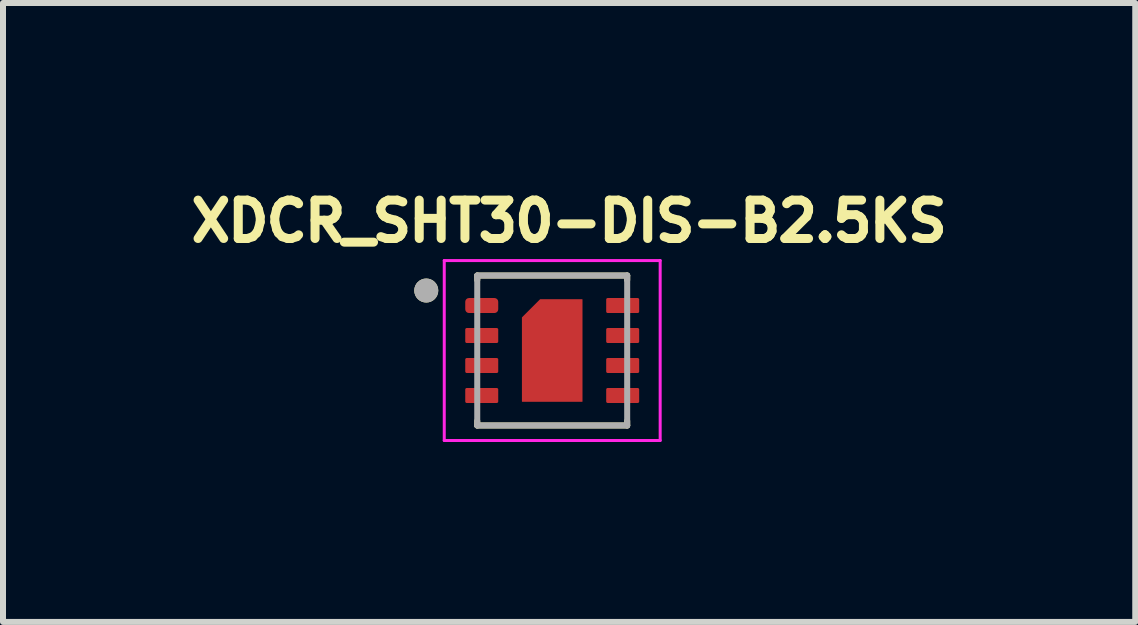
<source format=kicad_pcb>
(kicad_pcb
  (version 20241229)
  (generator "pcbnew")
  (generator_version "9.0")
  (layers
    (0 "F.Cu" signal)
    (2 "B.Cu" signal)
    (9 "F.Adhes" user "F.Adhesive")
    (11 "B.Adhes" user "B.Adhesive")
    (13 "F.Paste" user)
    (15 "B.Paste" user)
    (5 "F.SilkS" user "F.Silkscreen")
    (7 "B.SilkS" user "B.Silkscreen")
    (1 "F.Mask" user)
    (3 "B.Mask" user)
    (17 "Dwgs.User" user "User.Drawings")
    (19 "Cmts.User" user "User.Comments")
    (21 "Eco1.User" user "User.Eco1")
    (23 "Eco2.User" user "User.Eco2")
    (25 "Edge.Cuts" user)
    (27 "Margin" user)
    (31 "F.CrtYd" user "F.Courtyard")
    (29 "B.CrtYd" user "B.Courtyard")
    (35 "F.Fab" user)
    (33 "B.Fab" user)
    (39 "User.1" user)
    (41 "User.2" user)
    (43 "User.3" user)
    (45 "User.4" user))
  (footprint "XDCR_SHT30-DIS-B2.5KS"
    (layer "F.Cu")
    (at 6.157 2.794)
    (property "Reference" "XDCR_SHT30-DIS-B2.5KS" (at 0.282 -2.156 0) (layer "F.SilkS") (effects (font (size 0.64 0.64) (thickness 0.15))))
    (attr smd)
    (fp_poly (pts (xy -0.6 -0.621) (xy -0.6 0.85) (xy -0.6 0.855) (xy -0.599 0.86) (xy -0.599 0.866) (xy -0.598 0.871) (xy -0.597 0.876) (xy -0.595 0.881) (xy -0.593 0.886) (xy -0.591 0.891) (xy -0.589 0.895) (xy -0.587 0.9) (xy -0.584 0.904) (xy -0.581 0.909) (xy -0.578 0.913) (xy -0.574 0.917) (xy -0.571 0.921) (xy -0.567 0.924) (xy -0.563 0.928) (xy -0.559 0.931) (xy -0.554 0.934) (xy -0.55 0.937) (xy -0.545 0.939) (xy -0.541 0.941) (xy -0.536 0.943) (xy -0.531 0.945) (xy -0.526 0.947) (xy -0.521 0.948) (xy -0.516 0.949) (xy -0.51 0.949) (xy -0.505 0.95) (xy -0.5 0.95) (xy 0.5 0.95) (xy 0.505 0.95) (xy 0.51 0.949) (xy 0.516 0.949) (xy 0.521 0.948) (xy 0.526 0.947) (xy 0.531 0.945) (xy 0.536 0.943) (xy 0.541 0.941) (xy 0.545 0.939) (xy 0.55 0.937) (xy 0.554 0.934) (xy 0.559 0.931) (xy 0.563 0.928) (xy 0.567 0.924) (xy 0.571 0.921) (xy 0.574 0.917) (xy 0.578 0.913) (xy 0.581 0.909) (xy 0.584 0.904) (xy 0.587 0.9) (xy 0.589 0.895) (xy 0.591 0.891) (xy 0.593 0.886) (xy 0.595 0.881) (xy 0.597 0.876) (xy 0.598 0.871) (xy 0.599 0.866) (xy 0.599 0.86) (xy 0.6 0.855) (xy 0.6 0.85) (xy 0.6 -0.85) (xy 0.6 -0.855) (xy 0.599 -0.86) (xy 0.599 -0.866) (xy 0.598 -0.871) (xy 0.597 -0.876) (xy 0.595 -0.881) (xy 0.593 -0.886) (xy 0.591 -0.891) (xy 0.589 -0.895) (xy 0.587 -0.9) (xy 0.584 -0.904) (xy 0.581 -0.909) (xy 0.578 -0.913) (xy 0.574 -0.917) (xy 0.571 -0.921) (xy 0.567 -0.924) (xy 0.563 -0.928) (xy 0.559 -0.931) (xy 0.554 -0.934) (xy 0.55 -0.937) (xy 0.545 -0.939) (xy 0.541 -0.941) (xy 0.536 -0.943) (xy 0.531 -0.945) (xy 0.526 -0.947) (xy 0.521 -0.948) (xy 0.516 -0.949) (xy 0.51 -0.949) (xy 0.505 -0.95) (xy 0.5 -0.95) (xy -0.271 -0.95) (xy -0.6 -0.621) (xy -0.6 -0.621)) (stroke (width 0.01) (type solid)) (fill yes) (layer "F.Mask"))
    (fp_poly (pts (xy -1.5 -0.825) (xy -1.5 -0.675) (xy -1.5 -0.67) (xy -1.499 -0.665) (xy -1.499 -0.659) (xy -1.498 -0.654) (xy -1.497 -0.649) (xy -1.495 -0.644) (xy -1.493 -0.639) (xy -1.491 -0.634) (xy -1.489 -0.63) (xy -1.487 -0.625) (xy -1.484 -0.621) (xy -1.481 -0.616) (xy -1.478 -0.612) (xy -1.474 -0.608) (xy -1.471 -0.604) (xy -1.467 -0.601) (xy -1.463 -0.597) (xy -1.459 -0.594) (xy -1.454 -0.591) (xy -1.45 -0.588) (xy -1.445 -0.586) (xy -1.441 -0.584) (xy -1.436 -0.582) (xy -1.431 -0.58) (xy -1.426 -0.578) (xy -1.421 -0.577) (xy -1.416 -0.576) (xy -1.41 -0.576) (xy -1.405 -0.575) (xy -1.4 -0.575) (xy -0.95 -0.575) (xy -0.945 -0.575) (xy -0.94 -0.576) (xy -0.934 -0.576) (xy -0.929 -0.577) (xy -0.924 -0.578) (xy -0.919 -0.58) (xy -0.914 -0.582) (xy -0.909 -0.584) (xy -0.905 -0.586) (xy -0.9 -0.588) (xy -0.896 -0.591) (xy -0.891 -0.594) (xy -0.887 -0.597) (xy -0.883 -0.601) (xy -0.879 -0.604) (xy -0.876 -0.608) (xy -0.872 -0.612) (xy -0.869 -0.616) (xy -0.866 -0.621) (xy -0.863 -0.625) (xy -0.861 -0.63) (xy -0.859 -0.634) (xy -0.857 -0.639) (xy -0.855 -0.644) (xy -0.853 -0.649) (xy -0.852 -0.654) (xy -0.851 -0.659) (xy -0.851 -0.665) (xy -0.85 -0.67) (xy -0.85 -0.675) (xy -0.85 -0.825) (xy -0.85 -0.83) (xy -0.851 -0.835) (xy -0.851 -0.841) (xy -0.852 -0.846) (xy -0.853 -0.851) (xy -0.855 -0.856) (xy -0.857 -0.861) (xy -0.859 -0.866) (xy -0.861 -0.87) (xy -0.863 -0.875) (xy -0.866 -0.879) (xy -0.869 -0.884) (xy -0.872 -0.888) (xy -0.876 -0.892) (xy -0.879 -0.896) (xy -0.883 -0.899) (xy -0.887 -0.903) (xy -0.891 -0.906) (xy -0.896 -0.909) (xy -0.9 -0.912) (xy -0.905 -0.914) (xy -0.909 -0.916) (xy -0.914 -0.918) (xy -0.919 -0.92) (xy -0.924 -0.922) (xy -0.929 -0.923) (xy -0.934 -0.924) (xy -0.94 -0.924) (xy -0.945 -0.925) (xy -0.95 -0.925) (xy -1.4 -0.925) (xy -1.405 -0.925) (xy -1.41 -0.924) (xy -1.416 -0.924) (xy -1.421 -0.923) (xy -1.426 -0.922) (xy -1.431 -0.92) (xy -1.436 -0.918) (xy -1.441 -0.916) (xy -1.445 -0.914) (xy -1.45 -0.912) (xy -1.454 -0.909) (xy -1.459 -0.906) (xy -1.463 -0.903) (xy -1.467 -0.899) (xy -1.471 -0.896) (xy -1.474 -0.892) (xy -1.478 -0.888) (xy -1.481 -0.884) (xy -1.484 -0.879) (xy -1.487 -0.875) (xy -1.489 -0.87) (xy -1.491 -0.866) (xy -1.493 -0.861) (xy -1.495 -0.856) (xy -1.497 -0.851) (xy -1.498 -0.846) (xy -1.499 -0.841) (xy -1.499 -0.835) (xy -1.5 -0.83) (xy -1.5 -0.825)) (stroke (width 0.01) (type solid)) (fill yes) (layer "F.Mask"))
    (fp_poly (pts (xy -1.5 -0.375) (xy -1.5 -0.125) (xy -1.5 -0.122) (xy -1.5 -0.12) (xy -1.499 -0.117) (xy -1.499 -0.115) (xy -1.498 -0.112) (xy -1.498 -0.11) (xy -1.497 -0.107) (xy -1.496 -0.105) (xy -1.495 -0.102) (xy -1.493 -0.1) (xy -1.492 -0.098) (xy -1.49 -0.096) (xy -1.489 -0.094) (xy -1.487 -0.092) (xy -1.485 -0.09) (xy -1.483 -0.088) (xy -1.481 -0.086) (xy -1.479 -0.085) (xy -1.477 -0.083) (xy -1.475 -0.082) (xy -1.473 -0.08) (xy -1.47 -0.079) (xy -1.468 -0.078) (xy -1.465 -0.077) (xy -1.463 -0.077) (xy -1.46 -0.076) (xy -1.458 -0.076) (xy -1.455 -0.075) (xy -1.453 -0.075) (xy -1.45 -0.075) (xy -0.9 -0.075) (xy -0.897 -0.075) (xy -0.895 -0.075) (xy -0.892 -0.076) (xy -0.89 -0.076) (xy -0.887 -0.077) (xy -0.885 -0.077) (xy -0.882 -0.078) (xy -0.88 -0.079) (xy -0.877 -0.08) (xy -0.875 -0.082) (xy -0.873 -0.083) (xy -0.871 -0.085) (xy -0.869 -0.086) (xy -0.867 -0.088) (xy -0.865 -0.09) (xy -0.863 -0.092) (xy -0.861 -0.094) (xy -0.86 -0.096) (xy -0.858 -0.098) (xy -0.857 -0.1) (xy -0.855 -0.102) (xy -0.854 -0.105) (xy -0.853 -0.107) (xy -0.852 -0.11) (xy -0.852 -0.112) (xy -0.851 -0.115) (xy -0.851 -0.117) (xy -0.85 -0.12) (xy -0.85 -0.122) (xy -0.85 -0.125) (xy -0.85 -0.375) (xy -0.85 -0.378) (xy -0.85 -0.38) (xy -0.851 -0.383) (xy -0.851 -0.385) (xy -0.852 -0.388) (xy -0.852 -0.39) (xy -0.853 -0.393) (xy -0.854 -0.395) (xy -0.855 -0.398) (xy -0.857 -0.4) (xy -0.858 -0.402) (xy -0.86 -0.404) (xy -0.861 -0.406) (xy -0.863 -0.408) (xy -0.865 -0.41) (xy -0.867 -0.412) (xy -0.869 -0.414) (xy -0.871 -0.415) (xy -0.873 -0.417) (xy -0.875 -0.418) (xy -0.877 -0.42) (xy -0.88 -0.421) (xy -0.882 -0.422) (xy -0.885 -0.423) (xy -0.887 -0.423) (xy -0.89 -0.424) (xy -0.892 -0.424) (xy -0.895 -0.425) (xy -0.897 -0.425) (xy -0.9 -0.425) (xy -1.45 -0.425) (xy -1.453 -0.425) (xy -1.455 -0.425) (xy -1.458 -0.424) (xy -1.46 -0.424) (xy -1.463 -0.423) (xy -1.465 -0.423) (xy -1.468 -0.422) (xy -1.47 -0.421) (xy -1.473 -0.42) (xy -1.475 -0.418) (xy -1.477 -0.417) (xy -1.479 -0.415) (xy -1.481 -0.414) (xy -1.483 -0.412) (xy -1.485 -0.41) (xy -1.487 -0.408) (xy -1.489 -0.406) (xy -1.49 -0.404) (xy -1.492 -0.402) (xy -1.493 -0.4) (xy -1.495 -0.398) (xy -1.496 -0.395) (xy -1.497 -0.393) (xy -1.498 -0.39) (xy -1.498 -0.388) (xy -1.499 -0.385) (xy -1.499 -0.383) (xy -1.5 -0.38) (xy -1.5 -0.378) (xy -1.5 -0.375)) (stroke (width 0.01) (type solid)) (fill yes) (layer "F.Mask"))
    (fp_poly (pts (xy -1.5 0.125) (xy -1.5 0.375) (xy -1.5 0.378) (xy -1.5 0.38) (xy -1.499 0.383) (xy -1.499 0.385) (xy -1.498 0.388) (xy -1.498 0.39) (xy -1.497 0.393) (xy -1.496 0.395) (xy -1.495 0.398) (xy -1.493 0.4) (xy -1.492 0.402) (xy -1.49 0.404) (xy -1.489 0.406) (xy -1.487 0.408) (xy -1.485 0.41) (xy -1.483 0.412) (xy -1.481 0.414) (xy -1.479 0.415) (xy -1.477 0.417) (xy -1.475 0.418) (xy -1.473 0.42) (xy -1.47 0.421) (xy -1.468 0.422) (xy -1.465 0.423) (xy -1.463 0.423) (xy -1.46 0.424) (xy -1.458 0.424) (xy -1.455 0.425) (xy -1.453 0.425) (xy -1.45 0.425) (xy -0.9 0.425) (xy -0.897 0.425) (xy -0.895 0.425) (xy -0.892 0.424) (xy -0.89 0.424) (xy -0.887 0.423) (xy -0.885 0.423) (xy -0.882 0.422) (xy -0.88 0.421) (xy -0.877 0.42) (xy -0.875 0.418) (xy -0.873 0.417) (xy -0.871 0.415) (xy -0.869 0.414) (xy -0.867 0.412) (xy -0.865 0.41) (xy -0.863 0.408) (xy -0.861 0.406) (xy -0.86 0.404) (xy -0.858 0.402) (xy -0.857 0.4) (xy -0.855 0.398) (xy -0.854 0.395) (xy -0.853 0.393) (xy -0.852 0.39) (xy -0.852 0.388) (xy -0.851 0.385) (xy -0.851 0.383) (xy -0.85 0.38) (xy -0.85 0.378) (xy -0.85 0.375) (xy -0.85 0.125) (xy -0.85 0.122) (xy -0.85 0.12) (xy -0.851 0.117) (xy -0.851 0.115) (xy -0.852 0.112) (xy -0.852 0.11) (xy -0.853 0.107) (xy -0.854 0.105) (xy -0.855 0.102) (xy -0.857 0.1) (xy -0.858 0.098) (xy -0.86 0.096) (xy -0.861 0.094) (xy -0.863 0.092) (xy -0.865 0.09) (xy -0.867 0.088) (xy -0.869 0.086) (xy -0.871 0.085) (xy -0.873 0.083) (xy -0.875 0.082) (xy -0.877 0.08) (xy -0.88 0.079) (xy -0.882 0.078) (xy -0.885 0.077) (xy -0.887 0.077) (xy -0.89 0.076) (xy -0.892 0.076) (xy -0.895 0.075) (xy -0.897 0.075) (xy -0.9 0.075) (xy -1.45 0.075) (xy -1.453 0.075) (xy -1.455 0.075) (xy -1.458 0.076) (xy -1.46 0.076) (xy -1.463 0.077) (xy -1.465 0.077) (xy -1.468 0.078) (xy -1.47 0.079) (xy -1.473 0.08) (xy -1.475 0.082) (xy -1.477 0.083) (xy -1.479 0.085) (xy -1.481 0.086) (xy -1.483 0.088) (xy -1.485 0.09) (xy -1.487 0.092) (xy -1.489 0.094) (xy -1.49 0.096) (xy -1.492 0.098) (xy -1.493 0.1) (xy -1.495 0.102) (xy -1.496 0.105) (xy -1.497 0.107) (xy -1.498 0.11) (xy -1.498 0.112) (xy -1.499 0.115) (xy -1.499 0.117) (xy -1.5 0.12) (xy -1.5 0.122) (xy -1.5 0.125)) (stroke (width 0.01) (type solid)) (fill yes) (layer "F.Mask"))
    (fp_poly (pts (xy -1.5 0.625) (xy -1.5 0.875) (xy -1.5 0.878) (xy -1.5 0.88) (xy -1.499 0.883) (xy -1.499 0.885) (xy -1.498 0.888) (xy -1.498 0.89) (xy -1.497 0.893) (xy -1.496 0.895) (xy -1.495 0.898) (xy -1.493 0.9) (xy -1.492 0.902) (xy -1.49 0.904) (xy -1.489 0.906) (xy -1.487 0.908) (xy -1.485 0.91) (xy -1.483 0.912) (xy -1.481 0.914) (xy -1.479 0.915) (xy -1.477 0.917) (xy -1.475 0.918) (xy -1.473 0.92) (xy -1.47 0.921) (xy -1.468 0.922) (xy -1.465 0.923) (xy -1.463 0.923) (xy -1.46 0.924) (xy -1.458 0.924) (xy -1.455 0.925) (xy -1.453 0.925) (xy -1.45 0.925) (xy -0.9 0.925) (xy -0.897 0.925) (xy -0.895 0.925) (xy -0.892 0.924) (xy -0.89 0.924) (xy -0.887 0.923) (xy -0.885 0.923) (xy -0.882 0.922) (xy -0.88 0.921) (xy -0.877 0.92) (xy -0.875 0.918) (xy -0.873 0.917) (xy -0.871 0.915) (xy -0.869 0.914) (xy -0.867 0.912) (xy -0.865 0.91) (xy -0.863 0.908) (xy -0.861 0.906) (xy -0.86 0.904) (xy -0.858 0.902) (xy -0.857 0.9) (xy -0.855 0.898) (xy -0.854 0.895) (xy -0.853 0.893) (xy -0.852 0.89) (xy -0.852 0.888) (xy -0.851 0.885) (xy -0.851 0.883) (xy -0.85 0.88) (xy -0.85 0.878) (xy -0.85 0.875) (xy -0.85 0.625) (xy -0.85 0.622) (xy -0.85 0.62) (xy -0.851 0.617) (xy -0.851 0.615) (xy -0.852 0.612) (xy -0.852 0.61) (xy -0.853 0.607) (xy -0.854 0.605) (xy -0.855 0.602) (xy -0.857 0.6) (xy -0.858 0.598) (xy -0.86 0.596) (xy -0.861 0.594) (xy -0.863 0.592) (xy -0.865 0.59) (xy -0.867 0.588) (xy -0.869 0.586) (xy -0.871 0.585) (xy -0.873 0.583) (xy -0.875 0.582) (xy -0.877 0.58) (xy -0.88 0.579) (xy -0.882 0.578) (xy -0.885 0.577) (xy -0.887 0.577) (xy -0.89 0.576) (xy -0.892 0.576) (xy -0.895 0.575) (xy -0.897 0.575) (xy -0.9 0.575) (xy -1.45 0.575) (xy -1.453 0.575) (xy -1.455 0.575) (xy -1.458 0.576) (xy -1.46 0.576) (xy -1.463 0.577) (xy -1.465 0.577) (xy -1.468 0.578) (xy -1.47 0.579) (xy -1.473 0.58) (xy -1.475 0.582) (xy -1.477 0.583) (xy -1.479 0.585) (xy -1.481 0.586) (xy -1.483 0.588) (xy -1.485 0.59) (xy -1.487 0.592) (xy -1.489 0.594) (xy -1.49 0.596) (xy -1.492 0.598) (xy -1.493 0.6) (xy -1.495 0.602) (xy -1.496 0.605) (xy -1.497 0.607) (xy -1.498 0.61) (xy -1.498 0.612) (xy -1.499 0.615) (xy -1.499 0.617) (xy -1.5 0.62) (xy -1.5 0.622) (xy -1.5 0.625)) (stroke (width 0.01) (type solid)) (fill yes) (layer "F.Mask"))
    (fp_poly (pts (xy 1.5 -0.875) (xy 1.5 -0.625) (xy 1.5 -0.622) (xy 1.5 -0.62) (xy 1.499 -0.617) (xy 1.499 -0.615) (xy 1.498 -0.612) (xy 1.498 -0.61) (xy 1.497 -0.607) (xy 1.496 -0.605) (xy 1.495 -0.602) (xy 1.493 -0.6) (xy 1.492 -0.598) (xy 1.49 -0.596) (xy 1.489 -0.594) (xy 1.487 -0.592) (xy 1.485 -0.59) (xy 1.483 -0.588) (xy 1.481 -0.586) (xy 1.479 -0.585) (xy 1.477 -0.583) (xy 1.475 -0.582) (xy 1.473 -0.58) (xy 1.47 -0.579) (xy 1.468 -0.578) (xy 1.465 -0.577) (xy 1.463 -0.577) (xy 1.46 -0.576) (xy 1.458 -0.576) (xy 1.455 -0.575) (xy 1.453 -0.575) (xy 1.45 -0.575) (xy 0.9 -0.575) (xy 0.897 -0.575) (xy 0.895 -0.575) (xy 0.892 -0.576) (xy 0.89 -0.576) (xy 0.887 -0.577) (xy 0.885 -0.577) (xy 0.882 -0.578) (xy 0.88 -0.579) (xy 0.877 -0.58) (xy 0.875 -0.582) (xy 0.873 -0.583) (xy 0.871 -0.585) (xy 0.869 -0.586) (xy 0.867 -0.588) (xy 0.865 -0.59) (xy 0.863 -0.592) (xy 0.861 -0.594) (xy 0.86 -0.596) (xy 0.858 -0.598) (xy 0.857 -0.6) (xy 0.855 -0.602) (xy 0.854 -0.605) (xy 0.853 -0.607) (xy 0.852 -0.61) (xy 0.852 -0.612) (xy 0.851 -0.615) (xy 0.851 -0.617) (xy 0.85 -0.62) (xy 0.85 -0.622) (xy 0.85 -0.625) (xy 0.85 -0.875) (xy 0.85 -0.878) (xy 0.85 -0.88) (xy 0.851 -0.883) (xy 0.851 -0.885) (xy 0.852 -0.888) (xy 0.852 -0.89) (xy 0.853 -0.893) (xy 0.854 -0.895) (xy 0.855 -0.898) (xy 0.857 -0.9) (xy 0.858 -0.902) (xy 0.86 -0.904) (xy 0.861 -0.906) (xy 0.863 -0.908) (xy 0.865 -0.91) (xy 0.867 -0.912) (xy 0.869 -0.914) (xy 0.871 -0.915) (xy 0.873 -0.917) (xy 0.875 -0.918) (xy 0.877 -0.92) (xy 0.88 -0.921) (xy 0.882 -0.922) (xy 0.885 -0.923) (xy 0.887 -0.923) (xy 0.89 -0.924) (xy 0.892 -0.924) (xy 0.895 -0.925) (xy 0.897 -0.925) (xy 0.9 -0.925) (xy 1.45 -0.925) (xy 1.453 -0.925) (xy 1.455 -0.925) (xy 1.458 -0.924) (xy 1.46 -0.924) (xy 1.463 -0.923) (xy 1.465 -0.923) (xy 1.468 -0.922) (xy 1.47 -0.921) (xy 1.473 -0.92) (xy 1.475 -0.918) (xy 1.477 -0.917) (xy 1.479 -0.915) (xy 1.481 -0.914) (xy 1.483 -0.912) (xy 1.485 -0.91) (xy 1.487 -0.908) (xy 1.489 -0.906) (xy 1.49 -0.904) (xy 1.492 -0.902) (xy 1.493 -0.9) (xy 1.495 -0.898) (xy 1.496 -0.895) (xy 1.497 -0.893) (xy 1.498 -0.89) (xy 1.498 -0.888) (xy 1.499 -0.885) (xy 1.499 -0.883) (xy 1.5 -0.88) (xy 1.5 -0.878) (xy 1.5 -0.875)) (stroke (width 0.01) (type solid)) (fill yes) (layer "F.Mask"))
    (fp_poly (pts (xy 1.5 -0.375) (xy 1.5 -0.125) (xy 1.5 -0.122) (xy 1.5 -0.12) (xy 1.499 -0.117) (xy 1.499 -0.115) (xy 1.498 -0.112) (xy 1.498 -0.11) (xy 1.497 -0.107) (xy 1.496 -0.105) (xy 1.495 -0.102) (xy 1.493 -0.1) (xy 1.492 -0.098) (xy 1.49 -0.096) (xy 1.489 -0.094) (xy 1.487 -0.092) (xy 1.485 -0.09) (xy 1.483 -0.088) (xy 1.481 -0.086) (xy 1.479 -0.085) (xy 1.477 -0.083) (xy 1.475 -0.082) (xy 1.473 -0.08) (xy 1.47 -0.079) (xy 1.468 -0.078) (xy 1.465 -0.077) (xy 1.463 -0.077) (xy 1.46 -0.076) (xy 1.458 -0.076) (xy 1.455 -0.075) (xy 1.453 -0.075) (xy 1.45 -0.075) (xy 0.9 -0.075) (xy 0.897 -0.075) (xy 0.895 -0.075) (xy 0.892 -0.076) (xy 0.89 -0.076) (xy 0.887 -0.077) (xy 0.885 -0.077) (xy 0.882 -0.078) (xy 0.88 -0.079) (xy 0.877 -0.08) (xy 0.875 -0.082) (xy 0.873 -0.083) (xy 0.871 -0.085) (xy 0.869 -0.086) (xy 0.867 -0.088) (xy 0.865 -0.09) (xy 0.863 -0.092) (xy 0.861 -0.094) (xy 0.86 -0.096) (xy 0.858 -0.098) (xy 0.857 -0.1) (xy 0.855 -0.102) (xy 0.854 -0.105) (xy 0.853 -0.107) (xy 0.852 -0.11) (xy 0.852 -0.112) (xy 0.851 -0.115) (xy 0.851 -0.117) (xy 0.85 -0.12) (xy 0.85 -0.122) (xy 0.85 -0.125) (xy 0.85 -0.375) (xy 0.85 -0.378) (xy 0.85 -0.38) (xy 0.851 -0.383) (xy 0.851 -0.385) (xy 0.852 -0.388) (xy 0.852 -0.39) (xy 0.853 -0.393) (xy 0.854 -0.395) (xy 0.855 -0.398) (xy 0.857 -0.4) (xy 0.858 -0.402) (xy 0.86 -0.404) (xy 0.861 -0.406) (xy 0.863 -0.408) (xy 0.865 -0.41) (xy 0.867 -0.412) (xy 0.869 -0.414) (xy 0.871 -0.415) (xy 0.873 -0.417) (xy 0.875 -0.418) (xy 0.877 -0.42) (xy 0.88 -0.421) (xy 0.882 -0.422) (xy 0.885 -0.423) (xy 0.887 -0.423) (xy 0.89 -0.424) (xy 0.892 -0.424) (xy 0.895 -0.425) (xy 0.897 -0.425) (xy 0.9 -0.425) (xy 1.45 -0.425) (xy 1.453 -0.425) (xy 1.455 -0.425) (xy 1.458 -0.424) (xy 1.46 -0.424) (xy 1.463 -0.423) (xy 1.465 -0.423) (xy 1.468 -0.422) (xy 1.47 -0.421) (xy 1.473 -0.42) (xy 1.475 -0.418) (xy 1.477 -0.417) (xy 1.479 -0.415) (xy 1.481 -0.414) (xy 1.483 -0.412) (xy 1.485 -0.41) (xy 1.487 -0.408) (xy 1.489 -0.406) (xy 1.49 -0.404) (xy 1.492 -0.402) (xy 1.493 -0.4) (xy 1.495 -0.398) (xy 1.496 -0.395) (xy 1.497 -0.393) (xy 1.498 -0.39) (xy 1.498 -0.388) (xy 1.499 -0.385) (xy 1.499 -0.383) (xy 1.5 -0.38) (xy 1.5 -0.378) (xy 1.5 -0.375)) (stroke (width 0.01) (type solid)) (fill yes) (layer "F.Mask"))
    (fp_poly (pts (xy 1.5 0.125) (xy 1.5 0.375) (xy 1.5 0.378) (xy 1.5 0.38) (xy 1.499 0.383) (xy 1.499 0.385) (xy 1.498 0.388) (xy 1.498 0.39) (xy 1.497 0.393) (xy 1.496 0.395) (xy 1.495 0.398) (xy 1.493 0.4) (xy 1.492 0.402) (xy 1.49 0.404) (xy 1.489 0.406) (xy 1.487 0.408) (xy 1.485 0.41) (xy 1.483 0.412) (xy 1.481 0.414) (xy 1.479 0.415) (xy 1.477 0.417) (xy 1.475 0.418) (xy 1.473 0.42) (xy 1.47 0.421) (xy 1.468 0.422) (xy 1.465 0.423) (xy 1.463 0.423) (xy 1.46 0.424) (xy 1.458 0.424) (xy 1.455 0.425) (xy 1.453 0.425) (xy 1.45 0.425) (xy 0.9 0.425) (xy 0.897 0.425) (xy 0.895 0.425) (xy 0.892 0.424) (xy 0.89 0.424) (xy 0.887 0.423) (xy 0.885 0.423) (xy 0.882 0.422) (xy 0.88 0.421) (xy 0.877 0.42) (xy 0.875 0.418) (xy 0.873 0.417) (xy 0.871 0.415) (xy 0.869 0.414) (xy 0.867 0.412) (xy 0.865 0.41) (xy 0.863 0.408) (xy 0.861 0.406) (xy 0.86 0.404) (xy 0.858 0.402) (xy 0.857 0.4) (xy 0.855 0.398) (xy 0.854 0.395) (xy 0.853 0.393) (xy 0.852 0.39) (xy 0.852 0.388) (xy 0.851 0.385) (xy 0.851 0.383) (xy 0.85 0.38) (xy 0.85 0.378) (xy 0.85 0.375) (xy 0.85 0.125) (xy 0.85 0.122) (xy 0.85 0.12) (xy 0.851 0.117) (xy 0.851 0.115) (xy 0.852 0.112) (xy 0.852 0.11) (xy 0.853 0.107) (xy 0.854 0.105) (xy 0.855 0.102) (xy 0.857 0.1) (xy 0.858 0.098) (xy 0.86 0.096) (xy 0.861 0.094) (xy 0.863 0.092) (xy 0.865 0.09) (xy 0.867 0.088) (xy 0.869 0.086) (xy 0.871 0.085) (xy 0.873 0.083) (xy 0.875 0.082) (xy 0.877 0.08) (xy 0.88 0.079) (xy 0.882 0.078) (xy 0.885 0.077) (xy 0.887 0.077) (xy 0.89 0.076) (xy 0.892 0.076) (xy 0.895 0.075) (xy 0.897 0.075) (xy 0.9 0.075) (xy 1.45 0.075) (xy 1.453 0.075) (xy 1.455 0.075) (xy 1.458 0.076) (xy 1.46 0.076) (xy 1.463 0.077) (xy 1.465 0.077) (xy 1.468 0.078) (xy 1.47 0.079) (xy 1.473 0.08) (xy 1.475 0.082) (xy 1.477 0.083) (xy 1.479 0.085) (xy 1.481 0.086) (xy 1.483 0.088) (xy 1.485 0.09) (xy 1.487 0.092) (xy 1.489 0.094) (xy 1.49 0.096) (xy 1.492 0.098) (xy 1.493 0.1) (xy 1.495 0.102) (xy 1.496 0.105) (xy 1.497 0.107) (xy 1.498 0.11) (xy 1.498 0.112) (xy 1.499 0.115) (xy 1.499 0.117) (xy 1.5 0.12) (xy 1.5 0.122) (xy 1.5 0.125)) (stroke (width 0.01) (type solid)) (fill yes) (layer "F.Mask"))
    (fp_poly (pts (xy 1.5 0.625) (xy 1.5 0.875) (xy 1.5 0.878) (xy 1.5 0.88) (xy 1.499 0.883) (xy 1.499 0.885) (xy 1.498 0.888) (xy 1.498 0.89) (xy 1.497 0.893) (xy 1.496 0.895) (xy 1.495 0.898) (xy 1.493 0.9) (xy 1.492 0.902) (xy 1.49 0.904) (xy 1.489 0.906) (xy 1.487 0.908) (xy 1.485 0.91) (xy 1.483 0.912) (xy 1.481 0.914) (xy 1.479 0.915) (xy 1.477 0.917) (xy 1.475 0.918) (xy 1.473 0.92) (xy 1.47 0.921) (xy 1.468 0.922) (xy 1.465 0.923) (xy 1.463 0.923) (xy 1.46 0.924) (xy 1.458 0.924) (xy 1.455 0.925) (xy 1.453 0.925) (xy 1.45 0.925) (xy 0.9 0.925) (xy 0.897 0.925) (xy 0.895 0.925) (xy 0.892 0.924) (xy 0.89 0.924) (xy 0.887 0.923) (xy 0.885 0.923) (xy 0.882 0.922) (xy 0.88 0.921) (xy 0.877 0.92) (xy 0.875 0.918) (xy 0.873 0.917) (xy 0.871 0.915) (xy 0.869 0.914) (xy 0.867 0.912) (xy 0.865 0.91) (xy 0.863 0.908) (xy 0.861 0.906) (xy 0.86 0.904) (xy 0.858 0.902) (xy 0.857 0.9) (xy 0.855 0.898) (xy 0.854 0.895) (xy 0.853 0.893) (xy 0.852 0.89) (xy 0.852 0.888) (xy 0.851 0.885) (xy 0.851 0.883) (xy 0.85 0.88) (xy 0.85 0.878) (xy 0.85 0.875) (xy 0.85 0.625) (xy 0.85 0.622) (xy 0.85 0.62) (xy 0.851 0.617) (xy 0.851 0.615) (xy 0.852 0.612) (xy 0.852 0.61) (xy 0.853 0.607) (xy 0.854 0.605) (xy 0.855 0.602) (xy 0.857 0.6) (xy 0.858 0.598) (xy 0.86 0.596) (xy 0.861 0.594) (xy 0.863 0.592) (xy 0.865 0.59) (xy 0.867 0.588) (xy 0.869 0.586) (xy 0.871 0.585) (xy 0.873 0.583) (xy 0.875 0.582) (xy 0.877 0.58) (xy 0.88 0.579) (xy 0.882 0.578) (xy 0.885 0.577) (xy 0.887 0.577) (xy 0.89 0.576) (xy 0.892 0.576) (xy 0.895 0.575) (xy 0.897 0.575) (xy 0.9 0.575) (xy 1.45 0.575) (xy 1.453 0.575) (xy 1.455 0.575) (xy 1.458 0.576) (xy 1.46 0.576) (xy 1.463 0.577) (xy 1.465 0.577) (xy 1.468 0.578) (xy 1.47 0.579) (xy 1.473 0.58) (xy 1.475 0.582) (xy 1.477 0.583) (xy 1.479 0.585) (xy 1.481 0.586) (xy 1.483 0.588) (xy 1.485 0.59) (xy 1.487 0.592) (xy 1.489 0.594) (xy 1.49 0.596) (xy 1.492 0.598) (xy 1.493 0.6) (xy 1.495 0.602) (xy 1.496 0.605) (xy 1.497 0.607) (xy 1.498 0.61) (xy 1.498 0.612) (xy 1.499 0.615) (xy 1.499 0.617) (xy 1.5 0.62) (xy 1.5 0.622) (xy 1.5 0.625)) (stroke (width 0.01) (type solid)) (fill yes) (layer "F.Mask"))
    (fp_line (start -1.25 -1.25) (end -1.25 -1.175) (stroke (width 0.1) (type solid)) (layer "F.SilkS"))
    (fp_line (start -1.25 1.25) (end -1.25 1.175) (stroke (width 0.1) (type solid)) (layer "F.SilkS"))
    (fp_line (start -1.25 1.25) (end 1.25 1.25) (stroke (width 0.1) (type solid)) (layer "F.SilkS"))
    (fp_line (start 1.25 -1.25) (end -1.25 -1.25) (stroke (width 0.1) (type solid)) (layer "F.SilkS"))
    (fp_line (start 1.25 -1.25) (end 1.25 -1.175) (stroke (width 0.1) (type solid)) (layer "F.SilkS"))
    (fp_line (start 1.25 1.25) (end 1.25 1.175) (stroke (width 0.1) (type solid)) (layer "F.SilkS"))
    (fp_circle (center -2.1 -1) (end -2 -1) (stroke (width 0.2) (type solid)) (fill no) (layer "F.SilkS"))
    (fp_poly (pts (xy -0.4 -0.45) (xy -0.1 -0.75) (xy 0.4 -0.75) (xy 0.4 0.75) (xy -0.4 0.75)) (stroke (width 0.01) (type solid)) (fill yes) (layer "F.Paste"))
    (fp_line (start -1.8 -1.5) (end -1.8 1.5) (stroke (width 0.05) (type solid)) (layer "F.CrtYd"))
    (fp_line (start -1.8 1.5) (end 1.8 1.5) (stroke (width 0.05) (type solid)) (layer "F.CrtYd"))
    (fp_line (start 1.8 -1.5) (end -1.8 -1.5) (stroke (width 0.05) (type solid)) (layer "F.CrtYd"))
    (fp_line (start 1.8 1.5) (end 1.8 -1.5) (stroke (width 0.05) (type solid)) (layer "F.CrtYd"))
    (fp_line (start -1.25 -1.25) (end -1.25 1.25) (stroke (width 0.1) (type solid)) (layer "F.Fab"))
    (fp_line (start -1.25 -1.25) (end 1.25 -1.25) (stroke (width 0.1) (type solid)) (layer "F.Fab"))
    (fp_line (start 1.25 1.25) (end -1.25 1.25) (stroke (width 0.1) (type solid)) (layer "F.Fab"))
    (fp_line (start 1.25 1.25) (end 1.25 -1.25) (stroke (width 0.1) (type solid)) (layer "F.Fab"))
    (fp_circle (center -2.1 -1) (end -2 -1) (stroke (width 0.2) (type solid)) (fill no) (layer "F.Fab"))
    (pad "1" smd roundrect (at -1.175 -0.75) (size 0.55 0.25) (layers "F.Cu" "F.Paste") (roundrect_rratio 0.25))
    (pad "2" smd roundrect (at -1.175 -0.25) (size 0.55 0.25) (layers "F.Cu" "F.Paste") (roundrect_rratio 0.1))
    (pad "3" smd roundrect (at -1.175 0.25) (size 0.55 0.25) (layers "F.Cu" "F.Paste") (roundrect_rratio 0.1))
    (pad "4" smd roundrect (at -1.175 0.75) (size 0.55 0.25) (layers "F.Cu" "F.Paste") (roundrect_rratio 0.1))
    (pad "5" smd roundrect (at 1.175 0.75) (size 0.55 0.25) (layers "F.Cu" "F.Paste") (roundrect_rratio 0.1))
    (pad "6" smd roundrect (at 1.175 0.25) (size 0.55 0.25) (layers "F.Cu" "F.Paste") (roundrect_rratio 0.1))
    (pad "7" smd roundrect (at 1.175 -0.25) (size 0.55 0.25) (layers "F.Cu" "F.Paste") (roundrect_rratio 0.1))
    (pad "8" smd roundrect (at 1.175 -0.75) (size 0.55 0.25) (layers "F.Cu" "F.Paste") (roundrect_rratio 0.1))
    (pad "9" smd custom (at 0 0) (size 1 1) (layers "F.Cu") (options (anchor rect)) (primitives (gr_poly (pts (xy -0.5 -0.55) (xy -0.2 -0.85) (xy 0.5 -0.85) (xy 0.5 0.85) (xy -0.5 0.85)) (width 0.01) (fill yes)))))
  (gr_rect
    (start -3 -3)
    (end 15.878 7.319)
    (stroke (width 0.1) (type default))
    (fill no)
    (layer "Edge.Cuts")))
</source>
